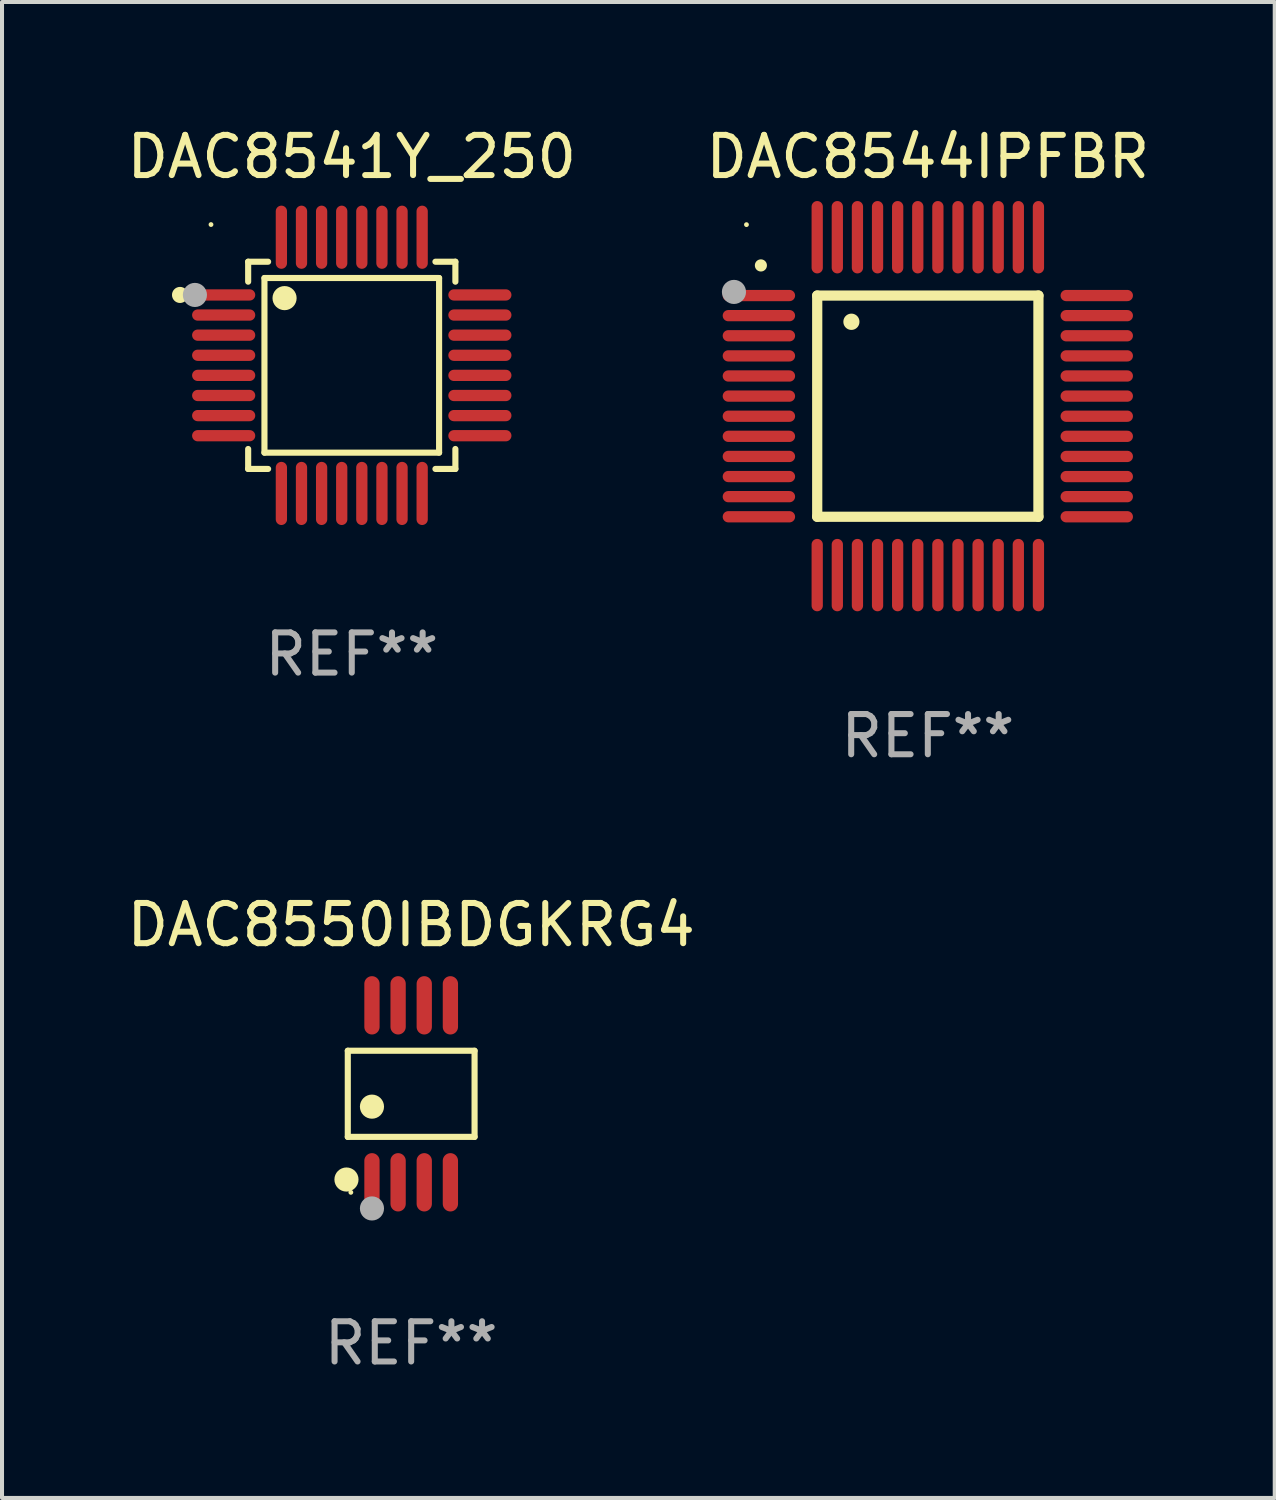
<source format=kicad_pcb>
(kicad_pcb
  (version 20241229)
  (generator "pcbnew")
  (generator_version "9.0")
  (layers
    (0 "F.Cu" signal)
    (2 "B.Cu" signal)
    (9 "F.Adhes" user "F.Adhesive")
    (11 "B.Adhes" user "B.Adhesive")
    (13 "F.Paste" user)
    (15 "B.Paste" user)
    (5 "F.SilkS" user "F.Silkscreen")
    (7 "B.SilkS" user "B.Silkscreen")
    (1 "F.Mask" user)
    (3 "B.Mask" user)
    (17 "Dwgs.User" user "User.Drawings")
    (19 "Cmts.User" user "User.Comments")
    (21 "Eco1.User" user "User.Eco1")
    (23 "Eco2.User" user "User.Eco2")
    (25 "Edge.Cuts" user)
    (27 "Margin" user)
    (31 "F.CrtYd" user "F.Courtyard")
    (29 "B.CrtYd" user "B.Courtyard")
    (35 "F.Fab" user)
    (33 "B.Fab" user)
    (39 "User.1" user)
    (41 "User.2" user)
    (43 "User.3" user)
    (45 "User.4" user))
  (footprint "DAC8541Y_250"
    (layer "F.Cu")
    (at 5.696 6.033)
    (property "Reference" "DAC8541Y_250" (at 0 -5.185 0) (layer "F.SilkS") (effects (font (size 1 1) (thickness 0.15))))
    (attr through_hole)
    (fp_line (start -2.576 -2.576) (end -2.576 -2.08) (stroke (width 0.152) (type solid)) (layer "F.SilkS"))
    (fp_line (start -2.576 2.576) (end -2.576 2.08) (stroke (width 0.152) (type solid)) (layer "F.SilkS"))
    (fp_line (start -2.171 -2.171) (end 2.171 -2.171) (stroke (width 0.152) (type solid)) (layer "F.SilkS"))
    (fp_line (start -2.171 2.171) (end -2.171 -2.171) (stroke (width 0.152) (type solid)) (layer "F.SilkS"))
    (fp_line (start -2.08 -2.576) (end -2.576 -2.576) (stroke (width 0.152) (type solid)) (layer "F.SilkS"))
    (fp_line (start -2.08 2.576) (end -2.576 2.576) (stroke (width 0.152) (type solid)) (layer "F.SilkS"))
    (fp_line (start 2.08 -2.576) (end 2.576 -2.576) (stroke (width 0.152) (type solid)) (layer "F.SilkS"))
    (fp_line (start 2.08 2.576) (end 2.576 2.576) (stroke (width 0.152) (type solid)) (layer "F.SilkS"))
    (fp_line (start 2.171 -2.171) (end 2.171 2.171) (stroke (width 0.152) (type solid)) (layer "F.SilkS"))
    (fp_line (start 2.171 2.171) (end -2.171 2.171) (stroke (width 0.152) (type solid)) (layer "F.SilkS"))
    (fp_line (start 2.576 -2.576) (end 2.576 -2.08) (stroke (width 0.152) (type solid)) (layer "F.SilkS"))
    (fp_line (start 2.576 2.576) (end 2.576 2.08) (stroke (width 0.152) (type solid)) (layer "F.SilkS"))
    (fp_circle (center -4.27 -1.75) (end -4.17 -1.75) (stroke (width 0.2) (type solid)) (fill no) (layer "F.SilkS"))
    (fp_circle (center -3.5 -3.5) (end -3.47 -3.5) (stroke (width 0.06) (type solid)) (fill no) (layer "F.SilkS"))
    (fp_circle (center -1.671 -1.671) (end -1.521 -1.671) (stroke (width 0.3) (type solid)) (fill no) (layer "F.SilkS"))
    (fp_circle (center -3.9 -1.75) (end -3.75 -1.75) (stroke (width 0.3) (type solid)) (fill no) (layer "F.Fab"))
    (fp_text user "REF**" (at 0 7.185 0) (layer "F.Fab") (effects (font (size 1 1) (thickness 0.15))))
    (pad "1" smd oval (at -3.185 -1.75 270) (size 0.28 1.57) (layers "F.Cu" "F.Mask" "F.Paste"))
    (pad "2" smd oval (at -3.185 -1.25 270) (size 0.28 1.57) (layers "F.Cu" "F.Mask" "F.Paste"))
    (pad "3" smd oval (at -3.185 -0.75 270) (size 0.28 1.57) (layers "F.Cu" "F.Mask" "F.Paste"))
    (pad "4" smd oval (at -3.185 -0.25 270) (size 0.28 1.57) (layers "F.Cu" "F.Mask" "F.Paste"))
    (pad "5" smd oval (at -3.185 0.25 270) (size 0.28 1.57) (layers "F.Cu" "F.Mask" "F.Paste"))
    (pad "6" smd oval (at -3.185 0.75 270) (size 0.28 1.57) (layers "F.Cu" "F.Mask" "F.Paste"))
    (pad "7" smd oval (at -3.185 1.25 270) (size 0.28 1.57) (layers "F.Cu" "F.Mask" "F.Paste"))
    (pad "8" smd oval (at -3.185 1.75 270) (size 0.28 1.57) (layers "F.Cu" "F.Mask" "F.Paste"))
    (pad "9" smd oval (at -1.75 3.185 270) (size 1.57 0.28) (layers "F.Cu" "F.Mask" "F.Paste"))
    (pad "10" smd oval (at -1.25 3.185 270) (size 1.57 0.28) (layers "F.Cu" "F.Mask" "F.Paste"))
    (pad "11" smd oval (at -0.75 3.185 270) (size 1.57 0.28) (layers "F.Cu" "F.Mask" "F.Paste"))
    (pad "12" smd oval (at -0.25 3.185 270) (size 1.57 0.28) (layers "F.Cu" "F.Mask" "F.Paste"))
    (pad "13" smd oval (at 0.25 3.185 270) (size 1.57 0.28) (layers "F.Cu" "F.Mask" "F.Paste"))
    (pad "14" smd oval (at 0.75 3.185 270) (size 1.57 0.28) (layers "F.Cu" "F.Mask" "F.Paste"))
    (pad "15" smd oval (at 1.25 3.185 270) (size 1.57 0.28) (layers "F.Cu" "F.Mask" "F.Paste"))
    (pad "16" smd oval (at 1.75 3.185 270) (size 1.57 0.28) (layers "F.Cu" "F.Mask" "F.Paste"))
    (pad "17" smd oval (at 3.185 1.75 270) (size 0.28 1.57) (layers "F.Cu" "F.Mask" "F.Paste"))
    (pad "18" smd oval (at 3.185 1.25 270) (size 0.28 1.57) (layers "F.Cu" "F.Mask" "F.Paste"))
    (pad "19" smd oval (at 3.185 0.75 270) (size 0.28 1.57) (layers "F.Cu" "F.Mask" "F.Paste"))
    (pad "20" smd oval (at 3.185 0.25 270) (size 0.28 1.57) (layers "F.Cu" "F.Mask" "F.Paste"))
    (pad "21" smd oval (at 3.185 -0.25 270) (size 0.28 1.57) (layers "F.Cu" "F.Mask" "F.Paste"))
    (pad "22" smd oval (at 3.185 -0.75 270) (size 0.28 1.57) (layers "F.Cu" "F.Mask" "F.Paste"))
    (pad "23" smd oval (at 3.185 -1.25 270) (size 0.28 1.57) (layers "F.Cu" "F.Mask" "F.Paste"))
    (pad "24" smd oval (at 3.185 -1.75 270) (size 0.28 1.57) (layers "F.Cu" "F.Mask" "F.Paste"))
    (pad "25" smd oval (at 1.75 -3.185 270) (size 1.57 0.28) (layers "F.Cu" "F.Mask" "F.Paste"))
    (pad "26" smd oval (at 1.25 -3.185 270) (size 1.57 0.28) (layers "F.Cu" "F.Mask" "F.Paste"))
    (pad "27" smd oval (at 0.75 -3.185 270) (size 1.57 0.28) (layers "F.Cu" "F.Mask" "F.Paste"))
    (pad "28" smd oval (at 0.25 -3.185 270) (size 1.57 0.28) (layers "F.Cu" "F.Mask" "F.Paste"))
    (pad "29" smd oval (at -0.25 -3.185 270) (size 1.57 0.28) (layers "F.Cu" "F.Mask" "F.Paste"))
    (pad "30" smd oval (at -0.75 -3.185 270) (size 1.57 0.28) (layers "F.Cu" "F.Mask" "F.Paste"))
    (pad "31" smd oval (at -1.25 -3.185 270) (size 1.57 0.28) (layers "F.Cu" "F.Mask" "F.Paste"))
    (pad "32" smd oval (at -1.75 -3.185 270) (size 1.57 0.28) (layers "F.Cu" "F.Mask" "F.Paste")))
  (footprint "DAC8550IBDGKRG4"
    (layer "F.Cu")
    (at 7.173 24.145)
    (property "Reference" "DAC8550IBDGKRG4" (at 0 -4.2 0) (layer "F.SilkS") (effects (font (size 1 1) (thickness 0.15))))
    (attr through_hole)
    (fp_line (start -1.576 -1.071) (end 1.576 -1.071) (stroke (width 0.152) (type solid)) (layer "F.SilkS"))
    (fp_line (start -1.576 1.071) (end -1.576 -1.071) (stroke (width 0.152) (type solid)) (layer "F.SilkS"))
    (fp_line (start 1.576 -1.071) (end 1.576 1.071) (stroke (width 0.152) (type solid)) (layer "F.SilkS"))
    (fp_line (start 1.576 1.071) (end -1.576 1.071) (stroke (width 0.152) (type solid)) (layer "F.SilkS"))
    (fp_circle (center -1.609 2.131) (end -1.459 2.131) (stroke (width 0.3) (type solid)) (fill no) (layer "F.SilkS"))
    (fp_circle (center -1.5 2.45) (end -1.47 2.45) (stroke (width 0.06) (type solid)) (fill no) (layer "F.SilkS"))
    (fp_circle (center -0.975 0.319) (end -0.825 0.319) (stroke (width 0.3) (type solid)) (fill no) (layer "F.SilkS"))
    (fp_circle (center -0.975 2.85) (end -0.825 2.85) (stroke (width 0.3) (type solid)) (fill no) (layer "F.Fab"))
    (fp_text user "REF**" (at 0 6.2 0) (layer "F.Fab") (effects (font (size 1 1) (thickness 0.15))))
    (pad "1" smd oval (at -0.975 2.2) (size 0.38 1.45) (layers "F.Cu" "F.Mask" "F.Paste"))
    (pad "2" smd oval (at -0.325 2.2) (size 0.38 1.45) (layers "F.Cu" "F.Mask" "F.Paste"))
    (pad "3" smd oval (at 0.325 2.2) (size 0.38 1.45) (layers "F.Cu" "F.Mask" "F.Paste"))
    (pad "4" smd oval (at 0.975 2.2) (size 0.38 1.45) (layers "F.Cu" "F.Mask" "F.Paste"))
    (pad "5" smd oval (at 0.975 -2.2) (size 0.38 1.45) (layers "F.Cu" "F.Mask" "F.Paste"))
    (pad "6" smd oval (at 0.325 -2.2) (size 0.38 1.45) (layers "F.Cu" "F.Mask" "F.Paste"))
    (pad "7" smd oval (at -0.325 -2.2) (size 0.38 1.45) (layers "F.Cu" "F.Mask" "F.Paste"))
    (pad "8" smd oval (at -0.975 -2.2) (size 0.38 1.45) (layers "F.Cu" "F.Mask" "F.Paste")))
  (footprint "DAC8544IPFBR"
    (layer "F.Cu")
    (at 20.018 7.048)
    (property "Reference" "DAC8544IPFBR" (at 0 -6.2 0) (layer "F.SilkS") (effects (font (size 1 1) (thickness 0.15))))
    (attr through_hole)
    (fp_line (start -2.75 -2.75) (end 2.75 -2.75) (stroke (width 0.254) (type solid)) (layer "F.SilkS"))
    (fp_line (start -2.75 2.75) (end -2.75 -2.75) (stroke (width 0.254) (type solid)) (layer "F.SilkS"))
    (fp_line (start 2.75 -2.75) (end 2.75 2.75) (stroke (width 0.254) (type solid)) (layer "F.SilkS"))
    (fp_line (start 2.75 2.75) (end -2.75 2.75) (stroke (width 0.254) (type solid)) (layer "F.SilkS"))
    (fp_arc (start -4.150368 -3.497587) (mid -4.150373 -3.498857) (end -4.150368 -3.500127) (stroke (width 0.3) (type solid)) (layer "F.SilkS"))
    (fp_arc (start -1.899924 -2.095504) (mid -1.89994 -2.098044) (end -1.899924 -2.100584) (stroke (width 0.4) (type solid)) (layer "F.SilkS"))
    (fp_circle (center -4.509 -4.513) (end -4.479 -4.513) (stroke (width 0.06) (type solid)) (fill no) (layer "F.SilkS"))
    (fp_circle (center -4.82 -2.84) (end -4.67 -2.84) (stroke (width 0.3) (type solid)) (fill no) (layer "F.Fab"))
    (fp_text user "REF**" (at 0 8.2 0) (layer "F.Fab") (effects (font (size 1 1) (thickness 0.15))))
    (pad "1" smd oval (at -4.2 -2.75 90) (size 0.28 1.8) (layers "F.Cu" "F.Mask" "F.Paste"))
    (pad "2" smd oval (at -4.2 -2.25 90) (size 0.28 1.8) (layers "F.Cu" "F.Mask" "F.Paste"))
    (pad "3" smd oval (at -4.2 -1.75 90) (size 0.28 1.8) (layers "F.Cu" "F.Mask" "F.Paste"))
    (pad "4" smd oval (at -4.2 -1.25 90) (size 0.28 1.8) (layers "F.Cu" "F.Mask" "F.Paste"))
    (pad "5" smd oval (at -4.2 -0.75 90) (size 0.28 1.8) (layers "F.Cu" "F.Mask" "F.Paste"))
    (pad "6" smd oval (at -4.2 -0.25 90) (size 0.28 1.8) (layers "F.Cu" "F.Mask" "F.Paste"))
    (pad "7" smd oval (at -4.2 0.25 90) (size 0.28 1.8) (layers "F.Cu" "F.Mask" "F.Paste"))
    (pad "8" smd oval (at -4.2 0.75 90) (size 0.28 1.8) (layers "F.Cu" "F.Mask" "F.Paste"))
    (pad "9" smd oval (at -4.2 1.25 90) (size 0.28 1.8) (layers "F.Cu" "F.Mask" "F.Paste"))
    (pad "10" smd oval (at -4.2 1.75 90) (size 0.28 1.8) (layers "F.Cu" "F.Mask" "F.Paste"))
    (pad "11" smd oval (at -4.2 2.25 90) (size 0.28 1.8) (layers "F.Cu" "F.Mask" "F.Paste"))
    (pad "12" smd oval (at -4.2 2.75 90) (size 0.28 1.8) (layers "F.Cu" "F.Mask" "F.Paste"))
    (pad "13" smd oval (at -2.75 4.2) (size 0.28 1.8) (layers "F.Cu" "F.Mask" "F.Paste"))
    (pad "14" smd oval (at -2.25 4.2) (size 0.28 1.8) (layers "F.Cu" "F.Mask" "F.Paste"))
    (pad "15" smd oval (at -1.75 4.2) (size 0.28 1.8) (layers "F.Cu" "F.Mask" "F.Paste"))
    (pad "16" smd oval (at -1.25 4.2) (size 0.28 1.8) (layers "F.Cu" "F.Mask" "F.Paste"))
    (pad "17" smd oval (at -0.75 4.2) (size 0.28 1.8) (layers "F.Cu" "F.Mask" "F.Paste"))
    (pad "18" smd oval (at -0.25 4.2) (size 0.28 1.8) (layers "F.Cu" "F.Mask" "F.Paste"))
    (pad "19" smd oval (at 0.25 4.2) (size 0.28 1.8) (layers "F.Cu" "F.Mask" "F.Paste"))
    (pad "20" smd oval (at 0.75 4.2) (size 0.28 1.8) (layers "F.Cu" "F.Mask" "F.Paste"))
    (pad "21" smd oval (at 1.25 4.2) (size 0.28 1.8) (layers "F.Cu" "F.Mask" "F.Paste"))
    (pad "22" smd oval (at 1.75 4.2) (size 0.28 1.8) (layers "F.Cu" "F.Mask" "F.Paste"))
    (pad "23" smd oval (at 2.25 4.2) (size 0.28 1.8) (layers "F.Cu" "F.Mask" "F.Paste"))
    (pad "24" smd oval (at 2.75 4.2) (size 0.28 1.8) (layers "F.Cu" "F.Mask" "F.Paste"))
    (pad "25" smd oval (at 4.2 2.75 90) (size 0.28 1.8) (layers "F.Cu" "F.Mask" "F.Paste"))
    (pad "26" smd oval (at 4.2 2.25 90) (size 0.28 1.8) (layers "F.Cu" "F.Mask" "F.Paste"))
    (pad "27" smd oval (at 4.2 1.75 90) (size 0.28 1.8) (layers "F.Cu" "F.Mask" "F.Paste"))
    (pad "28" smd oval (at 4.2 1.25 90) (size 0.28 1.8) (layers "F.Cu" "F.Mask" "F.Paste"))
    (pad "29" smd oval (at 4.2 0.75 90) (size 0.28 1.8) (layers "F.Cu" "F.Mask" "F.Paste"))
    (pad "30" smd oval (at 4.2 0.25 90) (size 0.28 1.8) (layers "F.Cu" "F.Mask" "F.Paste"))
    (pad "31" smd oval (at 4.2 -0.25 90) (size 0.28 1.8) (layers "F.Cu" "F.Mask" "F.Paste"))
    (pad "32" smd oval (at 4.2 -0.75 90) (size 0.28 1.8) (layers "F.Cu" "F.Mask" "F.Paste"))
    (pad "33" smd oval (at 4.2 -1.25 90) (size 0.28 1.8) (layers "F.Cu" "F.Mask" "F.Paste"))
    (pad "34" smd oval (at 4.2 -1.75 90) (size 0.28 1.8) (layers "F.Cu" "F.Mask" "F.Paste"))
    (pad "35" smd oval (at 4.2 -2.25 90) (size 0.28 1.8) (layers "F.Cu" "F.Mask" "F.Paste"))
    (pad "36" smd oval (at 4.2 -2.75 90) (size 0.28 1.8) (layers "F.Cu" "F.Mask" "F.Paste"))
    (pad "37" smd oval (at 2.75 -4.2) (size 0.28 1.8) (layers "F.Cu" "F.Mask" "F.Paste"))
    (pad "38" smd oval (at 2.25 -4.2) (size 0.28 1.8) (layers "F.Cu" "F.Mask" "F.Paste"))
    (pad "39" smd oval (at 1.75 -4.2) (size 0.28 1.8) (layers "F.Cu" "F.Mask" "F.Paste"))
    (pad "40" smd oval (at 1.25 -4.2) (size 0.28 1.8) (layers "F.Cu" "F.Mask" "F.Paste"))
    (pad "41" smd oval (at 0.75 -4.2) (size 0.28 1.8) (layers "F.Cu" "F.Mask" "F.Paste"))
    (pad "42" smd oval (at 0.25 -4.2) (size 0.28 1.8) (layers "F.Cu" "F.Mask" "F.Paste"))
    (pad "43" smd oval (at -0.25 -4.2) (size 0.28 1.8) (layers "F.Cu" "F.Mask" "F.Paste"))
    (pad "44" smd oval (at -0.75 -4.2) (size 0.28 1.8) (layers "F.Cu" "F.Mask" "F.Paste"))
    (pad "45" smd oval (at -1.25 -4.2) (size 0.28 1.8) (layers "F.Cu" "F.Mask" "F.Paste"))
    (pad "46" smd oval (at -1.75 -4.2) (size 0.28 1.8) (layers "F.Cu" "F.Mask" "F.Paste"))
    (pad "47" smd oval (at -2.25 -4.2) (size 0.28 1.8) (layers "F.Cu" "F.Mask" "F.Paste"))
    (pad "48" smd oval (at -2.75 -4.2) (size 0.28 1.8) (layers "F.Cu" "F.Mask" "F.Paste")))
  (gr_rect
    (start -3 -3)
    (end 28.643 34.193)
    (stroke (width 0.1) (type default))
    (fill no)
    (layer "Edge.Cuts")))
</source>
